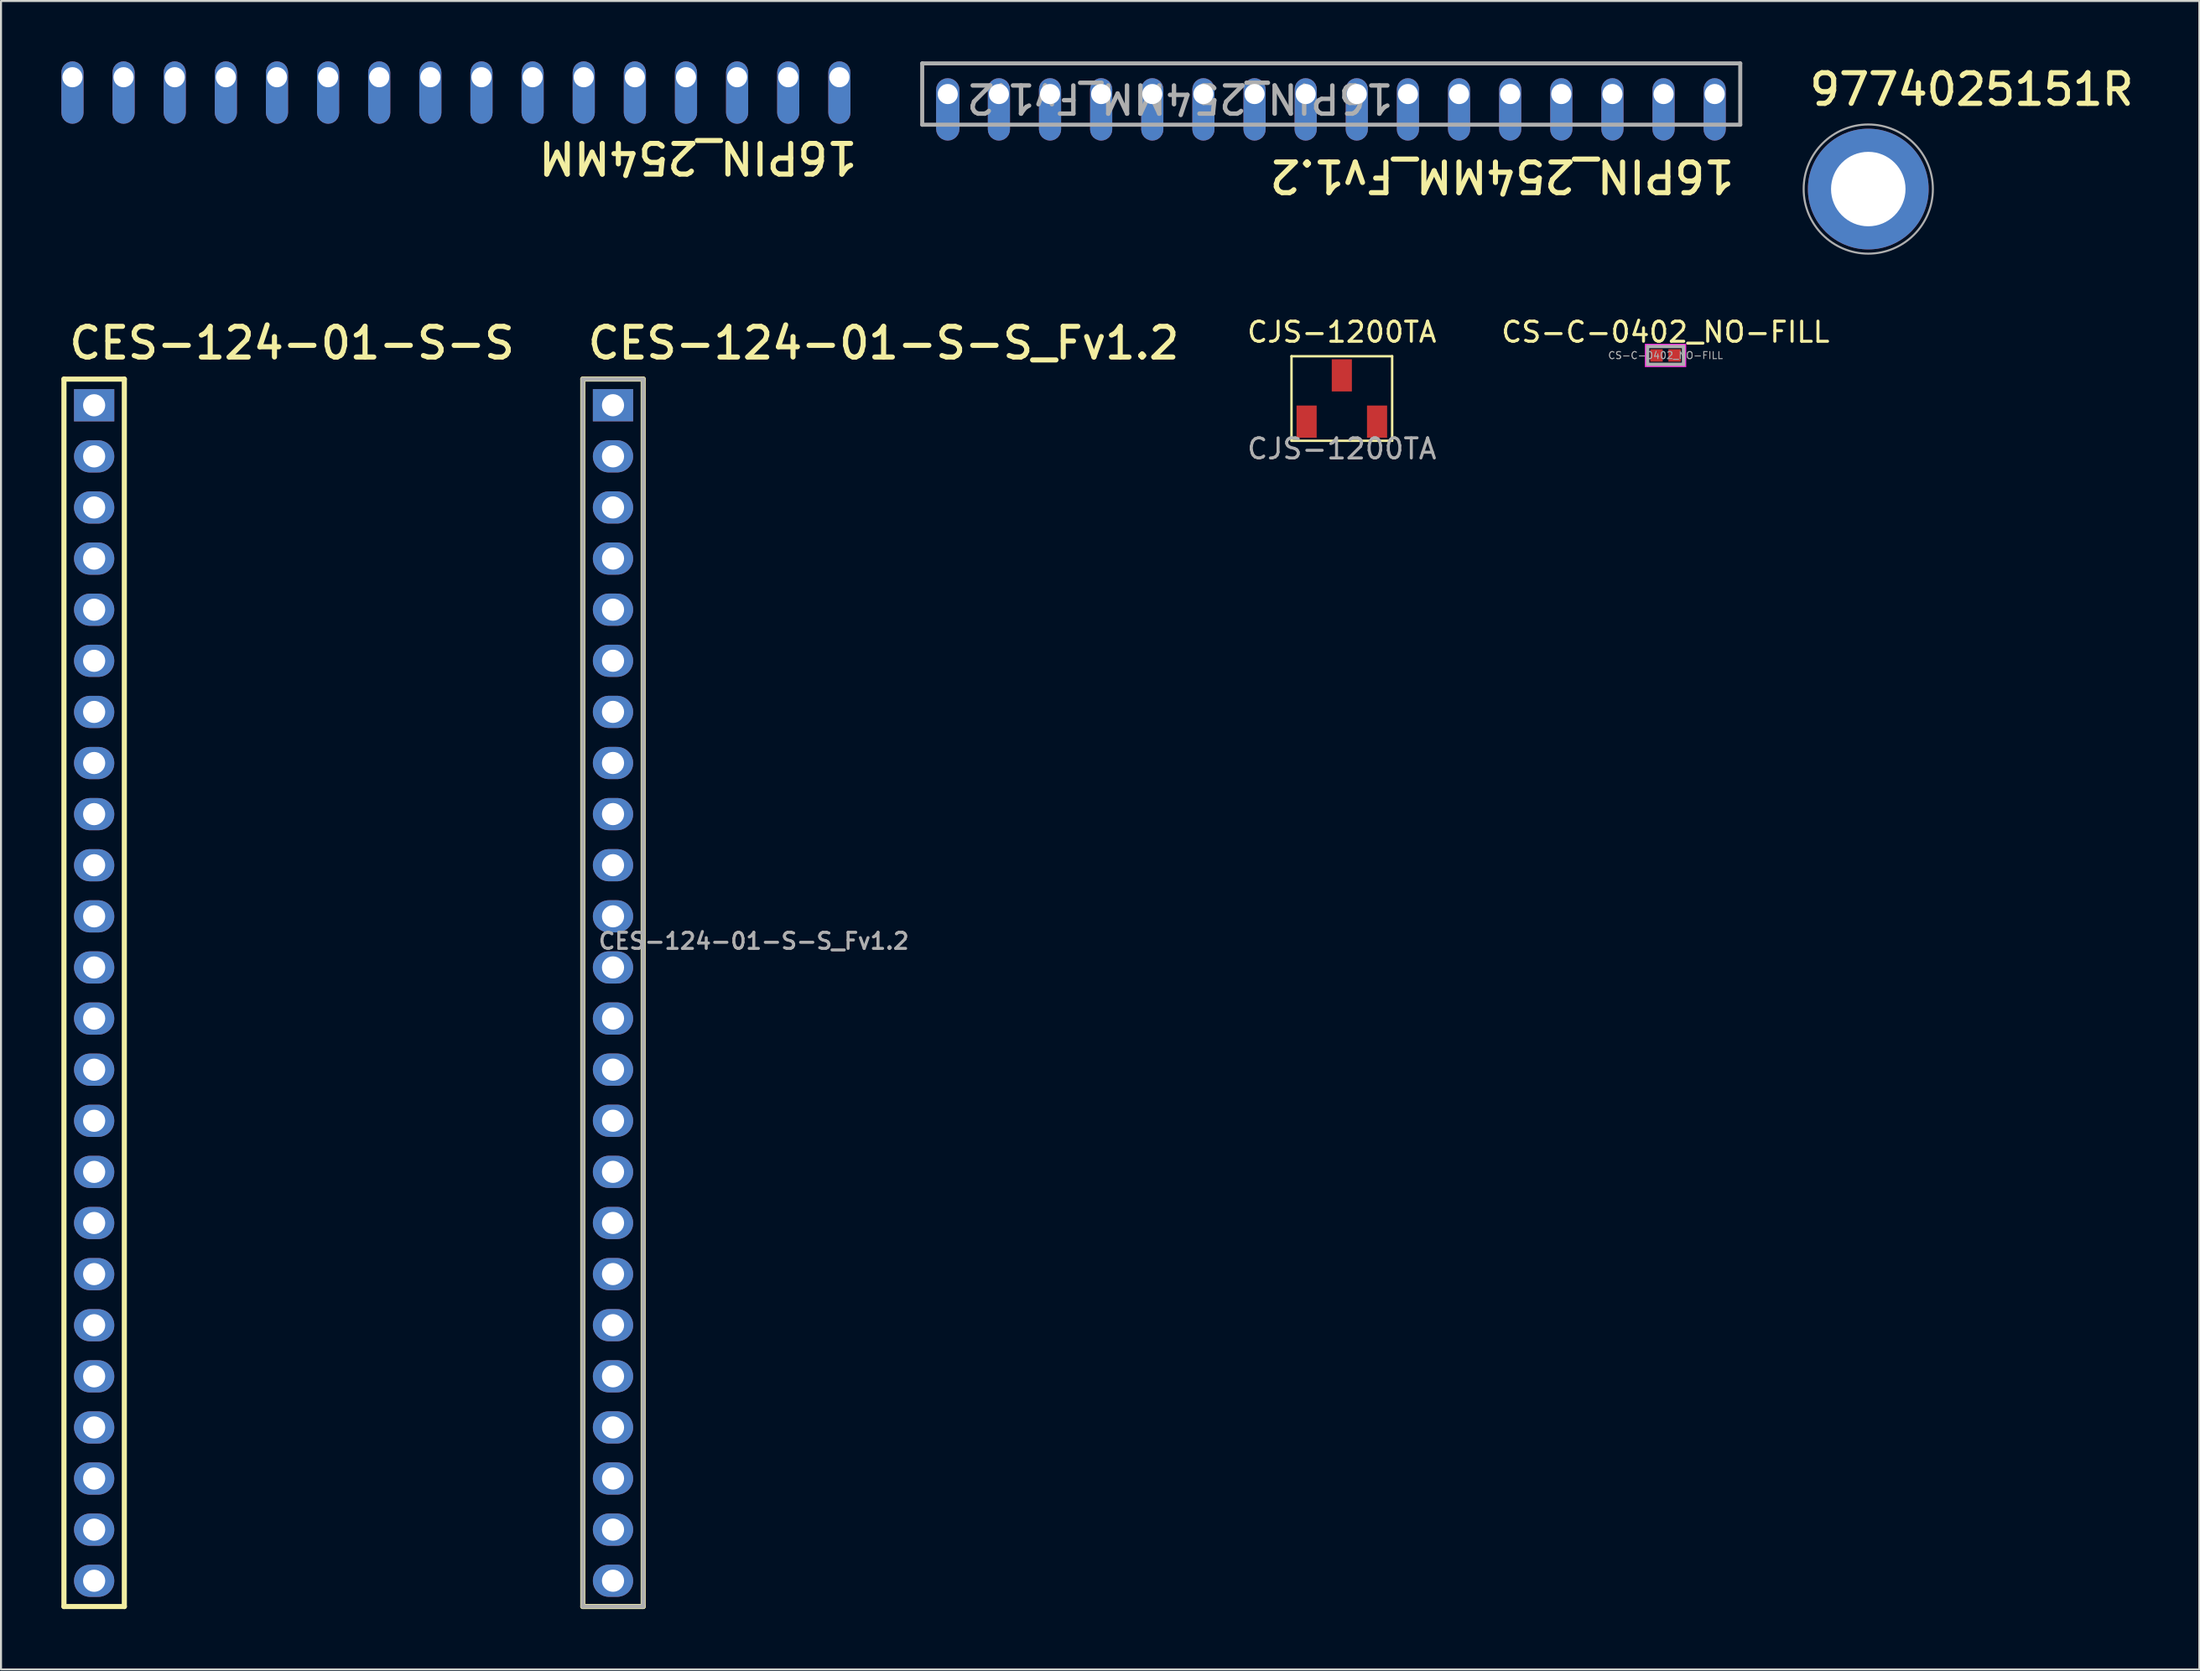
<source format=kicad_pcb>
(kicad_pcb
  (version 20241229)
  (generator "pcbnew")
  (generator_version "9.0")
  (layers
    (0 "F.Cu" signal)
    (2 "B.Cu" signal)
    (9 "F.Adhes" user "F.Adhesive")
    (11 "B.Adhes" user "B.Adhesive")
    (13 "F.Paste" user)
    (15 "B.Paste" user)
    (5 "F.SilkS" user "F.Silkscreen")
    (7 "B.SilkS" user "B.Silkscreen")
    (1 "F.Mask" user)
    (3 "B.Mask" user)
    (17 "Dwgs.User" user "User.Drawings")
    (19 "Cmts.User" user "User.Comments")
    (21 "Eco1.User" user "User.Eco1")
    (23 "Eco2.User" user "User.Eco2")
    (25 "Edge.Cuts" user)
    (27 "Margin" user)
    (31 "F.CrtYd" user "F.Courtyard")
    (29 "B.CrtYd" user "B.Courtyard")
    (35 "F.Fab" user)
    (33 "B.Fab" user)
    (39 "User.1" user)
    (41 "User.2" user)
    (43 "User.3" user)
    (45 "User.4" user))
  (footprint "16PIN_254MM"
    (layer "F.Cu")
    (at 0.55 0.788)
    (property "Reference" "16PIN_254MM" (at 39.116 3.089 180) (unlocked yes) (layer "F.SilkS") (effects (font (size 1.524 1.524) (thickness 0.254)) (justify left bottom)))
    (pad "1" thru_hole roundrect (at 0 0 180) (size 1.1 3.1) (drill 1 (offset 0 -0.762)) (layers "*.Cu" "*.Mask") (roundrect_rratio 0.5))
    (pad "2" thru_hole roundrect (at 2.54 0 180) (size 1.1 3.1) (drill 1 (offset 0 -0.762)) (layers "*.Cu" "*.Mask") (roundrect_rratio 0.5))
    (pad "3" thru_hole roundrect (at 5.08 0 180) (size 1.1 3.1) (drill 1 (offset 0 -0.762)) (layers "*.Cu" "*.Mask") (roundrect_rratio 0.5))
    (pad "4" thru_hole roundrect (at 7.62 0 180) (size 1.1 3.1) (drill 1 (offset 0 -0.762)) (layers "*.Cu" "*.Mask") (roundrect_rratio 0.5))
    (pad "5" thru_hole roundrect (at 10.16 0 180) (size 1.1 3.1) (drill 1 (offset 0 -0.762)) (layers "*.Cu" "*.Mask") (roundrect_rratio 0.5))
    (pad "6" thru_hole roundrect (at 12.7 0 180) (size 1.1 3.1) (drill 1 (offset 0 -0.762)) (layers "*.Cu" "*.Mask") (roundrect_rratio 0.5))
    (pad "7" thru_hole roundrect (at 15.24 0 180) (size 1.1 3.1) (drill 1 (offset 0 -0.762)) (layers "*.Cu" "*.Mask") (roundrect_rratio 0.5))
    (pad "8" thru_hole roundrect (at 17.78 0 180) (size 1.1 3.1) (drill 1 (offset 0 -0.762)) (layers "*.Cu" "*.Mask") (roundrect_rratio 0.5))
    (pad "9" thru_hole roundrect (at 20.32 0 180) (size 1.1 3.1) (drill 1 (offset 0 -0.762)) (layers "*.Cu" "*.Mask") (roundrect_rratio 0.5))
    (pad "10" thru_hole roundrect (at 22.86 0 180) (size 1.1 3.1) (drill 1 (offset 0 -0.762)) (layers "*.Cu" "*.Mask") (roundrect_rratio 0.5))
    (pad "11" thru_hole roundrect (at 25.4 0 180) (size 1.1 3.1) (drill 1 (offset 0 -0.762)) (layers "*.Cu" "*.Mask") (roundrect_rratio 0.5))
    (pad "12" thru_hole roundrect (at 27.94 0 180) (size 1.1 3.1) (drill 1 (offset 0 -0.762)) (layers "*.Cu" "*.Mask") (roundrect_rratio 0.5))
    (pad "13" thru_hole roundrect (at 30.48 0 180) (size 1.1 3.1) (drill 1 (offset 0 -0.762)) (layers "*.Cu" "*.Mask") (roundrect_rratio 0.5))
    (pad "14" thru_hole roundrect (at 33.02 0 180) (size 1.1 3.1) (drill 1 (offset 0 -0.762)) (layers "*.Cu" "*.Mask") (roundrect_rratio 0.5))
    (pad "15" thru_hole roundrect (at 35.56 0 180) (size 1.1 3.1) (drill 1 (offset 0 -0.762)) (layers "*.Cu" "*.Mask") (roundrect_rratio 0.5))
    (pad "16" thru_hole roundrect (at 38.1 0 180) (size 1.1 3.1) (drill 1 (offset 0 -0.762)) (layers "*.Cu" "*.Mask") (roundrect_rratio 0.5)))
  (footprint "9774025151R"
    (layer "F.Cu")
    (at 89.766 6.346)
    (property "Reference" "9774025151R" (at -3.048 -4.06 0) (unlocked yes) (layer "F.SilkS") (effects (font (size 1.524 1.524) (thickness 0.254)) (justify left bottom)))
    (fp_circle (center 0 0) (end 3.21 0) (stroke (width 0.1) (type default)) (fill no) (layer "F.Fab"))
    (pad "1" thru_hole circle (at 0 0 90) (size 6 6) (drill 3.7) (layers "*.Cu" "*.Mask") (remove_unused_layers yes) (keep_end_layers yes) (zone_layer_connections))
    (zone (net_name "") (layer "Eco1.User") (hatch edge 0.5) (connect_pads) (min_thickness 0.25) (filled_areas_thickness no) (keepout (tracks not_allowed) (vias not_allowed) (pads not_allowed) (copperpour not_allowed) (footprints allowed)) (placement (enabled no)) (fill) (polygon (pts (xy 89.766 3.236) (xy 89.28 3.274) (xy 88.805 3.388) (xy 88.354 3.575) (xy 87.938 3.83) (xy 87.567 4.147) (xy 87.25 4.518) (xy 86.995 4.934) (xy 86.809 5.385) (xy 86.695 5.859) (xy 86.656 6.346) (xy 86.695 6.832) (xy 86.809 7.307) (xy 86.995 7.757) (xy 87.08 7.896) (xy 87.25 8.173) (xy 87.567 8.544) (xy 87.938 8.861) (xy 88.354 9.116) (xy 88.805 9.303) (xy 89.28 9.417) (xy 89.766 9.455) (xy 90.252 9.417) (xy 90.727 9.303) (xy 91.178 9.116) (xy 91.594 8.861) (xy 91.965 8.544) (xy 92.282 8.173) (xy 92.452 7.896) (xy 92.537 7.757) (xy 92.723 7.307) (xy 92.837 6.832) (xy 92.876 6.346) (xy 92.837 5.859) (xy 92.723 5.385) (xy 92.537 4.934) (xy 92.282 4.518) (xy 91.965 4.147) (xy 91.594 3.83) (xy 91.178 3.575) (xy 90.727 3.388) (xy 90.252 3.274)))))
  (footprint "CES-124-01-S-S_Fv1.2"
    (layer "F.Cu")
    (at 27.404 17.089)
    (property "Reference" "CES-124-01-S-S_Fv1.2" (at -1.384 -2.197 0) (unlocked yes) (layer "F.SilkS") (effects (font (size 1.524 1.524) (thickness 0.254)) (justify left bottom)))
    (fp_line (start -1.5 -1.3) (end -1.5 59.7) (stroke (width 0.254) (type solid)) (layer "F.SilkS"))
    (fp_line (start -1.5 -1.3) (end 1.5 -1.3) (stroke (width 0.254) (type solid)) (layer "F.SilkS"))
    (fp_line (start -1.5 59.7) (end 1.5 59.7) (stroke (width 0.254) (type solid)) (layer "F.SilkS"))
    (fp_line (start 1.5 59.7) (end 1.5 -1.3) (stroke (width 0.254) (type solid)) (layer "F.SilkS"))
    (fp_line (start -1.5 -1.3) (end 1.5 -1.3) (stroke (width 0.2) (type solid)) (layer "F.Fab"))
    (fp_line (start -1.5 59.7) (end -1.5 -1.3) (stroke (width 0.2) (type solid)) (layer "F.Fab"))
    (fp_line (start -1.5 59.7) (end 1.5 59.7) (stroke (width 0.2) (type solid)) (layer "F.Fab"))
    (fp_line (start 1.5 59.7) (end 1.5 -1.3) (stroke (width 0.2) (type solid)) (layer "F.Fab"))
    (fp_text user "${REFERENCE}" (at -0.8 27.1 0) (unlocked yes) (layer "F.Fab") (effects (font (size 0.8 0.8) (thickness 0.15)) (justify left bottom)))
    (pad "1" thru_hole rect (at 0 0) (size 2 1.6) (drill 1.1) (layers "*.Cu" "*.Mask"))
    (pad "2" thru_hole oval (at 0 2.54) (size 2 1.6) (drill 1.1) (layers "*.Cu" "*.Mask"))
    (pad "3" thru_hole oval (at 0 5.08) (size 2 1.6) (drill 1.1) (layers "*.Cu" "*.Mask"))
    (pad "4" thru_hole oval (at 0 7.62) (size 2 1.6) (drill 1.1) (layers "*.Cu" "*.Mask"))
    (pad "5" thru_hole oval (at 0 10.16) (size 2 1.6) (drill 1.1) (layers "*.Cu" "*.Mask"))
    (pad "6" thru_hole oval (at 0 12.7) (size 2 1.6) (drill 1.1) (layers "*.Cu" "*.Mask"))
    (pad "7" thru_hole oval (at 0 15.24) (size 2 1.6) (drill 1.1) (layers "*.Cu" "*.Mask"))
    (pad "8" thru_hole oval (at 0 17.78) (size 2 1.6) (drill 1.1) (layers "*.Cu" "*.Mask"))
    (pad "9" thru_hole oval (at 0 20.32) (size 2 1.6) (drill 1.1) (layers "*.Cu" "*.Mask"))
    (pad "10" thru_hole oval (at 0 22.86) (size 2 1.6) (drill 1.1) (layers "*.Cu" "*.Mask"))
    (pad "11" thru_hole oval (at 0 25.4) (size 2 1.6) (drill 1.1) (layers "*.Cu" "*.Mask"))
    (pad "12" thru_hole oval (at 0 27.94) (size 2 1.6) (drill 1.1) (layers "*.Cu" "*.Mask"))
    (pad "13" thru_hole oval (at 0 30.48) (size 2 1.6) (drill 1.1) (layers "*.Cu" "*.Mask"))
    (pad "14" thru_hole oval (at 0 33.02) (size 2 1.6) (drill 1.1) (layers "*.Cu" "*.Mask"))
    (pad "15" thru_hole oval (at 0 35.56) (size 2 1.6) (drill 1.1) (layers "*.Cu" "*.Mask"))
    (pad "16" thru_hole oval (at 0 38.1) (size 2 1.6) (drill 1.1) (layers "*.Cu" "*.Mask"))
    (pad "17" thru_hole oval (at 0 40.64) (size 2 1.6) (drill 1.1) (layers "*.Cu" "*.Mask"))
    (pad "18" thru_hole oval (at 0 43.18) (size 2 1.6) (drill 1.1) (layers "*.Cu" "*.Mask"))
    (pad "19" thru_hole oval (at 0 45.72) (size 2 1.6) (drill 1.1) (layers "*.Cu" "*.Mask"))
    (pad "20" thru_hole oval (at 0 48.26) (size 2 1.6) (drill 1.1) (layers "*.Cu" "*.Mask"))
    (pad "21" thru_hole oval (at 0 50.8) (size 2 1.6) (drill 1.1) (layers "*.Cu" "*.Mask"))
    (pad "22" thru_hole oval (at 0 53.34) (size 2 1.6) (drill 1.1) (layers "*.Cu" "*.Mask"))
    (pad "23" thru_hole oval (at 0 55.88) (size 2 1.6) (drill 1.1) (layers "*.Cu" "*.Mask"))
    (pad "24" thru_hole oval (at 0 58.42) (size 2 1.6) (drill 1.1) (layers "*.Cu" "*.Mask")))
  (footprint "CS-C-0402_NO-FILL"
    (layer "F.Cu")
    (at 79.695 14.614)
    (property "Reference" "CS-C-0402_NO-FILL" (at 0 -1.16 0) (layer "F.SilkS") (effects (font (size 1 1) (thickness 0.15))))
    (attr smd)
    (fp_line (start -1 -0.55) (end 1 -0.55) (stroke (width 0.05) (type solid)) (layer "F.CrtYd"))
    (fp_line (start -1 0.55) (end -1 -0.55) (stroke (width 0.05) (type solid)) (layer "F.CrtYd"))
    (fp_line (start 1 -0.55) (end 1 0.55) (stroke (width 0.05) (type solid)) (layer "F.CrtYd"))
    (fp_line (start 1 0.55) (end -1 0.55) (stroke (width 0.05) (type solid)) (layer "F.CrtYd"))
    (fp_line (start -0.91 0.46) (end -0.91 -0.46) (stroke (width 0.2) (type solid)) (layer "F.Fab"))
    (fp_line (start -0.9 -0.46) (end 0.9 -0.46) (stroke (width 0.2) (type solid)) (layer "F.Fab"))
    (fp_line (start 0.9 0.46) (end -0.9 0.46) (stroke (width 0.2) (type solid)) (layer "F.Fab"))
    (fp_line (start 0.91 -0.46) (end 0.91 0.46) (stroke (width 0.2) (type solid)) (layer "F.Fab"))
    (fp_text user "${REFERENCE}" (at 0 0 0) (layer "F.Fab") (effects (font (size 0.35 0.35) (thickness 0.05))))
    (pad "1" smd rect (at -0.45 0) (size 0.62 0.62) (layers "F.Cu" "F.Mask" "F.Paste"))
    (pad "2" smd rect (at 0.45 0) (size 0.62 0.62) (layers "F.Cu" "F.Mask" "F.Paste"))
    (zone (net_name "") (layer "F.Cu") (hatch edge 0.5) (connect_pads) (min_thickness 0.25) (filled_areas_thickness no) (keepout (tracks allowed) (vias allowed) (pads allowed) (copperpour not_allowed) (footprints allowed)) (placement (enabled no)) (fill) (polygon (pts (xy 78.805 14.184) (xy 80.585 14.184) (xy 80.585 15.044) (xy 78.805 15.044)))))
  (footprint "CJS-1200TA"
    (layer "F.Cu")
    (at 63.612 16.754)
    (property "Reference" "CJS-1200TA" (at 0 -3.3 0) (unlocked yes) (layer "F.SilkS") (effects (font (size 1 1) (thickness 0.15))))
    (attr smd)
    (fp_line (start -2.5 -2.1) (end 2.5 -2.1) (stroke (width 0.12) (type solid)) (layer "F.SilkS"))
    (fp_line (start -2.5 2.1) (end -2.5 -2.1) (stroke (width 0.12) (type solid)) (layer "F.SilkS"))
    (fp_line (start 2.5 -2.1) (end 2.5 2.1) (stroke (width 0.12) (type solid)) (layer "F.SilkS"))
    (fp_line (start 2.5 2.1) (end -2.5 2.1) (stroke (width 0.12) (type solid)) (layer "F.SilkS"))
    (fp_text user "${REFERENCE}" (at 0 2.5 0) (unlocked yes) (layer "F.Fab") (effects (font (size 1 1) (thickness 0.15))))
    (pad "1" smd rect (at -1.75 1.15) (size 1 1.6) (layers "F.Cu" "F.Mask" "F.Paste"))
    (pad "2" smd rect (at 0 -1.15) (size 1 1.6) (layers "F.Cu" "F.Mask" "F.Paste"))
    (pad "3" smd rect (at 1.75 1.15) (size 1 1.6) (layers "F.Cu" "F.Mask" "F.Paste")))
  (footprint "CES-124-01-S-S"
    (layer "F.Cu")
    (at 1.627 17.091)
    (property "Reference" "CES-124-01-S-S" (at -1.369 -2.199 0) (unlocked yes) (layer "F.SilkS") (effects (font (size 1.524 1.524) (thickness 0.254)) (justify left bottom)))
    (fp_line (start -1.5 -1.3) (end -1.5 59.7) (stroke (width 0.254) (type solid)) (layer "F.SilkS"))
    (fp_line (start -1.5 -1.3) (end 1.5 -1.3) (stroke (width 0.254) (type solid)) (layer "F.SilkS"))
    (fp_line (start -1.5 59.7) (end 1.5 59.7) (stroke (width 0.254) (type solid)) (layer "F.SilkS"))
    (fp_line (start 1.5 59.7) (end 1.5 -1.3) (stroke (width 0.254) (type solid)) (layer "F.SilkS"))
    (pad "1" thru_hole rect (at 0 0) (size 2 1.6) (drill 1.1) (layers "*.Cu" "*.Mask"))
    (pad "2" thru_hole oval (at 0 2.54) (size 2 1.6) (drill 1.1) (layers "*.Cu" "*.Mask"))
    (pad "3" thru_hole oval (at 0 5.08) (size 2 1.6) (drill 1.1) (layers "*.Cu" "*.Mask"))
    (pad "4" thru_hole oval (at 0 7.62) (size 2 1.6) (drill 1.1) (layers "*.Cu" "*.Mask"))
    (pad "5" thru_hole oval (at 0 10.16) (size 2 1.6) (drill 1.1) (layers "*.Cu" "*.Mask"))
    (pad "6" thru_hole oval (at 0 12.7) (size 2 1.6) (drill 1.1) (layers "*.Cu" "*.Mask"))
    (pad "7" thru_hole oval (at 0 15.24) (size 2 1.6) (drill 1.1) (layers "*.Cu" "*.Mask"))
    (pad "8" thru_hole oval (at 0 17.78) (size 2 1.6) (drill 1.1) (layers "*.Cu" "*.Mask"))
    (pad "9" thru_hole oval (at 0 20.32) (size 2 1.6) (drill 1.1) (layers "*.Cu" "*.Mask"))
    (pad "10" thru_hole oval (at 0 22.86) (size 2 1.6) (drill 1.1) (layers "*.Cu" "*.Mask"))
    (pad "11" thru_hole oval (at 0 25.4) (size 2 1.6) (drill 1.1) (layers "*.Cu" "*.Mask"))
    (pad "12" thru_hole oval (at 0 27.94) (size 2 1.6) (drill 1.1) (layers "*.Cu" "*.Mask"))
    (pad "13" thru_hole oval (at 0 30.48) (size 2 1.6) (drill 1.1) (layers "*.Cu" "*.Mask"))
    (pad "14" thru_hole oval (at 0 33.02) (size 2 1.6) (drill 1.1) (layers "*.Cu" "*.Mask"))
    (pad "15" thru_hole oval (at 0 35.56) (size 2 1.6) (drill 1.1) (layers "*.Cu" "*.Mask"))
    (pad "16" thru_hole oval (at 0 38.1) (size 2 1.6) (drill 1.1) (layers "*.Cu" "*.Mask"))
    (pad "17" thru_hole oval (at 0 40.64) (size 2 1.6) (drill 1.1) (layers "*.Cu" "*.Mask"))
    (pad "18" thru_hole oval (at 0 43.18) (size 2 1.6) (drill 1.1) (layers "*.Cu" "*.Mask"))
    (pad "19" thru_hole oval (at 0 45.72) (size 2 1.6) (drill 1.1) (layers "*.Cu" "*.Mask"))
    (pad "20" thru_hole oval (at 0 48.26) (size 2 1.6) (drill 1.1) (layers "*.Cu" "*.Mask"))
    (pad "21" thru_hole oval (at 0 50.8) (size 2 1.6) (drill 1.1) (layers "*.Cu" "*.Mask"))
    (pad "22" thru_hole oval (at 0 53.34) (size 2 1.6) (drill 1.1) (layers "*.Cu" "*.Mask"))
    (pad "23" thru_hole oval (at 0 55.88) (size 2 1.6) (drill 1.1) (layers "*.Cu" "*.Mask"))
    (pad "24" thru_hole oval (at 0 58.42) (size 2 1.6) (drill 1.1) (layers "*.Cu" "*.Mask")))
  (footprint "16PIN_254MM_Fv1.2"
    (layer "F.Cu")
    (at 44.036 1.624)
    (property "Reference" "16PIN_254MM_Fv1.2" (at 39.205 3.177 180) (unlocked yes) (layer "F.SilkS") (effects (font (size 1.524 1.524) (thickness 0.254)) (justify left bottom)))
    (fp_line (start -1.27 -1.524) (end -1.27 1.524) (stroke (width 0.2) (type solid)) (layer "F.Fab"))
    (fp_line (start 39.37 -1.524) (end -1.27 -1.524) (stroke (width 0.2) (type solid)) (layer "F.Fab"))
    (fp_line (start 39.37 -1.524) (end 39.37 1.524) (stroke (width 0.2) (type solid)) (layer "F.Fab"))
    (fp_line (start 39.37 1.524) (end -1.27 1.524) (stroke (width 0.2) (type solid)) (layer "F.Fab"))
    (fp_text user "${REFERENCE}" (at 22.25 -0.61 180) (unlocked yes) (layer "F.Fab") (effects (font (size 1.4 1.4) (thickness 0.22)) (justify left bottom)))
    (pad "1" thru_hole roundrect (at 0 0 180) (size 1.16 3.1) (drill 1 (offset 0 -0.762)) (layers "*.Cu" "*.Mask") (roundrect_rratio 0.5))
    (pad "2" thru_hole roundrect (at 2.54 0 180) (size 1.1 3.1) (drill 1 (offset 0 -0.762)) (layers "*.Cu" "*.Mask") (roundrect_rratio 0.5))
    (pad "3" thru_hole roundrect (at 5.08 0 180) (size 1.1 3.1) (drill 1 (offset 0 -0.762)) (layers "*.Cu" "*.Mask") (roundrect_rratio 0.5))
    (pad "4" thru_hole roundrect (at 7.62 0 180) (size 1.1 3.1) (drill 1 (offset 0 -0.762)) (layers "*.Cu" "*.Mask") (roundrect_rratio 0.5))
    (pad "5" thru_hole roundrect (at 10.16 0 180) (size 1.1 3.1) (drill 1 (offset 0 -0.762)) (layers "*.Cu" "*.Mask") (roundrect_rratio 0.5))
    (pad "6" thru_hole roundrect (at 12.7 0 180) (size 1.1 3.1) (drill 1 (offset 0 -0.762)) (layers "*.Cu" "*.Mask") (roundrect_rratio 0.5))
    (pad "7" thru_hole roundrect (at 15.24 0 180) (size 1.1 3.1) (drill 1 (offset 0 -0.762)) (layers "*.Cu" "*.Mask") (roundrect_rratio 0.5))
    (pad "8" thru_hole roundrect (at 17.78 0 180) (size 1.1 3.1) (drill 1 (offset 0 -0.762)) (layers "*.Cu" "*.Mask") (roundrect_rratio 0.5))
    (pad "9" thru_hole roundrect (at 20.32 0 180) (size 1.1 3.1) (drill 1 (offset 0 -0.762)) (layers "*.Cu" "*.Mask") (roundrect_rratio 0.5))
    (pad "10" thru_hole roundrect (at 22.86 0 180) (size 1.1 3.1) (drill 1 (offset 0 -0.762)) (layers "*.Cu" "*.Mask") (roundrect_rratio 0.5))
    (pad "11" thru_hole roundrect (at 25.4 0 180) (size 1.1 3.1) (drill 1 (offset 0 -0.762)) (layers "*.Cu" "*.Mask") (roundrect_rratio 0.5))
    (pad "12" thru_hole roundrect (at 27.94 0 180) (size 1.1 3.1) (drill 1 (offset 0 -0.762)) (layers "*.Cu" "*.Mask") (roundrect_rratio 0.5))
    (pad "13" thru_hole roundrect (at 30.48 0 180) (size 1.1 3.1) (drill 1 (offset 0 -0.762)) (layers "*.Cu" "*.Mask") (roundrect_rratio 0.5))
    (pad "14" thru_hole roundrect (at 33.02 0 180) (size 1.1 3.1) (drill 1 (offset 0 -0.762)) (layers "*.Cu" "*.Mask") (roundrect_rratio 0.5))
    (pad "15" thru_hole roundrect (at 35.56 0 180) (size 1.1 3.1) (drill 1 (offset 0 -0.762)) (layers "*.Cu" "*.Mask") (roundrect_rratio 0.5))
    (pad "16" thru_hole roundrect (at 38.1 0 180) (size 1.1 3.1) (drill 1 (offset 0 -0.762)) (layers "*.Cu" "*.Mask") (roundrect_rratio 0.5)))
  (gr_rect
    (start -3 -3)
    (end 106.213 79.918)
    (stroke (width 0.1) (type default))
    (fill no)
    (layer "Edge.Cuts")))
</source>
